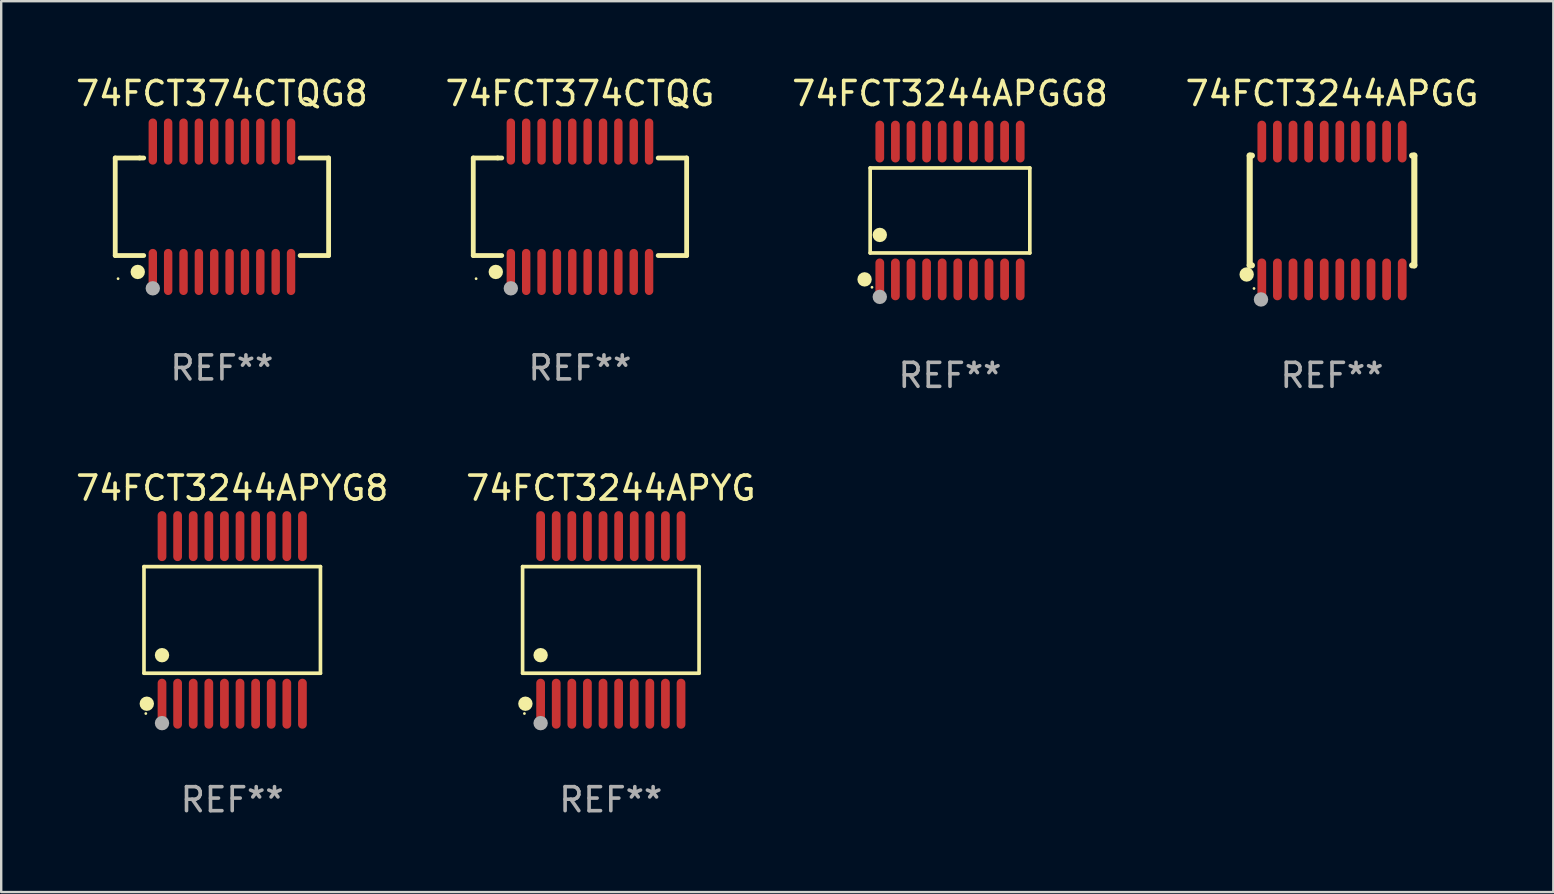
<source format=kicad_pcb>
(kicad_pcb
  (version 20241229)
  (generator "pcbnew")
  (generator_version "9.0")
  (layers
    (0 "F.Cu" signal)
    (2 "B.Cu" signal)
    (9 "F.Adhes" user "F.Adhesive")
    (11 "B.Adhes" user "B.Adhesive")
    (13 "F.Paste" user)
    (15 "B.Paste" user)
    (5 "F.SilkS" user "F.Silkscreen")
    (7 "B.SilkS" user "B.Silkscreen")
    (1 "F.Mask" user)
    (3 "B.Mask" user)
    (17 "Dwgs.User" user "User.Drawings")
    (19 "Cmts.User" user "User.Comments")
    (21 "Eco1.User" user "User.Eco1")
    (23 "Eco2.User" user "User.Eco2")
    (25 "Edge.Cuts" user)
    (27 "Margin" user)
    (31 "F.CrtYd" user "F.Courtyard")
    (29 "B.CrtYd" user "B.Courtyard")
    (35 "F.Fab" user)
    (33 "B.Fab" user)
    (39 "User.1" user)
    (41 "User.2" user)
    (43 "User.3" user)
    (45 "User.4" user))
  (footprint "74FCT374CTQG"
    (layer "F.Cu")
    (at 21.113 5.564)
    (property "Reference" "74FCT374CTQG" (at 0 -4.716 0) (layer "F.SilkS") (effects (font (size 1 1) (thickness 0.15))))
    (attr through_hole)
    (fp_line (start -4.445 -2.032) (end -4.445 2.032) (stroke (width 0.2) (type solid)) (layer "F.SilkS"))
    (fp_line (start -4.445 2.032) (end -3.259 2.032) (stroke (width 0.2) (type solid)) (layer "F.SilkS"))
    (fp_line (start -3.429 -2.032) (end -4.445 -2.032) (stroke (width 0.2) (type solid)) (layer "F.SilkS"))
    (fp_line (start -3.259 -2.032) (end -3.429 -2.032) (stroke (width 0.2) (type solid)) (layer "F.SilkS"))
    (fp_line (start 3.259 2.032) (end 4.445 2.032) (stroke (width 0.2) (type solid)) (layer "F.SilkS"))
    (fp_line (start 4.445 -2.032) (end 3.259 -2.032) (stroke (width 0.2) (type solid)) (layer "F.SilkS"))
    (fp_line (start 4.445 2.032) (end 4.445 -2.032) (stroke (width 0.2) (type solid)) (layer "F.SilkS"))
    (fp_circle (center -4.327 2.997) (end -4.297 2.997) (stroke (width 0.06) (type solid)) (fill no) (layer "F.SilkS"))
    (fp_circle (center -3.507 2.716) (end -3.357 2.716) (stroke (width 0.3) (type solid)) (fill no) (layer "F.SilkS"))
    (fp_circle (center -2.88 3.398) (end -2.73 3.398) (stroke (width 0.3) (type solid)) (fill no) (layer "F.Fab"))
    (fp_text user "REF**" (at 0 6.716 0) (layer "F.Fab") (effects (font (size 1 1) (thickness 0.15))))
    (pad "1" smd oval (at -2.88 2.716) (size 0.35 1.922) (layers "F.Cu" "F.Mask" "F.Paste"))
    (pad "2" smd oval (at -2.24 2.716) (size 0.35 1.922) (layers "F.Cu" "F.Mask" "F.Paste"))
    (pad "3" smd oval (at -1.6 2.716) (size 0.35 1.922) (layers "F.Cu" "F.Mask" "F.Paste"))
    (pad "4" smd oval (at -0.96 2.716) (size 0.35 1.922) (layers "F.Cu" "F.Mask" "F.Paste"))
    (pad "5" smd oval (at -0.32 2.716) (size 0.35 1.922) (layers "F.Cu" "F.Mask" "F.Paste"))
    (pad "6" smd oval (at 0.32 2.716) (size 0.35 1.922) (layers "F.Cu" "F.Mask" "F.Paste"))
    (pad "7" smd oval (at 0.96 2.716) (size 0.35 1.922) (layers "F.Cu" "F.Mask" "F.Paste"))
    (pad "8" smd oval (at 1.6 2.716) (size 0.35 1.922) (layers "F.Cu" "F.Mask" "F.Paste"))
    (pad "9" smd oval (at 2.24 2.716) (size 0.35 1.922) (layers "F.Cu" "F.Mask" "F.Paste"))
    (pad "10" smd oval (at 2.88 2.716) (size 0.35 1.922) (layers "F.Cu" "F.Mask" "F.Paste"))
    (pad "11" smd oval (at 2.88 -2.716) (size 0.35 1.922) (layers "F.Cu" "F.Mask" "F.Paste"))
    (pad "12" smd oval (at 2.24 -2.716) (size 0.35 1.922) (layers "F.Cu" "F.Mask" "F.Paste"))
    (pad "13" smd oval (at 1.6 -2.716) (size 0.35 1.922) (layers "F.Cu" "F.Mask" "F.Paste"))
    (pad "14" smd oval (at 0.96 -2.716) (size 0.35 1.922) (layers "F.Cu" "F.Mask" "F.Paste"))
    (pad "15" smd oval (at 0.32 -2.716) (size 0.35 1.922) (layers "F.Cu" "F.Mask" "F.Paste"))
    (pad "16" smd oval (at -0.32 -2.716) (size 0.35 1.922) (layers "F.Cu" "F.Mask" "F.Paste"))
    (pad "17" smd oval (at -0.96 -2.716) (size 0.35 1.922) (layers "F.Cu" "F.Mask" "F.Paste"))
    (pad "18" smd oval (at -1.6 -2.716) (size 0.35 1.922) (layers "F.Cu" "F.Mask" "F.Paste"))
    (pad "19" smd oval (at -2.24 -2.716) (size 0.35 1.922) (layers "F.Cu" "F.Mask" "F.Paste"))
    (pad "20" smd oval (at -2.88 -2.716) (size 0.35 1.922) (layers "F.Cu" "F.Mask" "F.Paste")))
  (footprint "74FCT3244APYG8"
    (layer "F.Cu")
    (at 6.625 22.778)
    (property "Reference" "74FCT3244APYG8" (at 0 -5.491 0) (layer "F.SilkS") (effects (font (size 1 1) (thickness 0.15))))
    (attr through_hole)
    (fp_line (start -3.676 -2.221) (end 3.676 -2.221) (stroke (width 0.152) (type solid)) (layer "F.SilkS"))
    (fp_line (start -3.676 2.221) (end -3.676 -2.221) (stroke (width 0.152) (type solid)) (layer "F.SilkS"))
    (fp_line (start 3.676 -2.221) (end 3.676 2.221) (stroke (width 0.152) (type solid)) (layer "F.SilkS"))
    (fp_line (start 3.676 2.221) (end -3.676 2.221) (stroke (width 0.152) (type solid)) (layer "F.SilkS"))
    (fp_circle (center -3.6 3.9) (end -3.57 3.9) (stroke (width 0.06) (type solid)) (fill no) (layer "F.SilkS"))
    (fp_circle (center -3.559 3.491) (end -3.409 3.491) (stroke (width 0.3) (type solid)) (fill no) (layer "F.SilkS"))
    (fp_circle (center -2.925 1.469) (end -2.775 1.469) (stroke (width 0.3) (type solid)) (fill no) (layer "F.SilkS"))
    (fp_circle (center -2.925 4.3) (end -2.775 4.3) (stroke (width 0.3) (type solid)) (fill no) (layer "F.Fab"))
    (fp_text user "REF**" (at 0 7.491 0) (layer "F.Fab") (effects (font (size 1 1) (thickness 0.15))))
    (pad "1" smd oval (at -2.925 3.491) (size 0.364 2.082) (layers "F.Cu" "F.Mask" "F.Paste"))
    (pad "2" smd oval (at -2.275 3.491) (size 0.364 2.082) (layers "F.Cu" "F.Mask" "F.Paste"))
    (pad "3" smd oval (at -1.625 3.491) (size 0.364 2.082) (layers "F.Cu" "F.Mask" "F.Paste"))
    (pad "4" smd oval (at -0.975 3.491) (size 0.364 2.082) (layers "F.Cu" "F.Mask" "F.Paste"))
    (pad "5" smd oval (at -0.325 3.491) (size 0.364 2.082) (layers "F.Cu" "F.Mask" "F.Paste"))
    (pad "6" smd oval (at 0.325 3.491) (size 0.364 2.082) (layers "F.Cu" "F.Mask" "F.Paste"))
    (pad "7" smd oval (at 0.975 3.491) (size 0.364 2.082) (layers "F.Cu" "F.Mask" "F.Paste"))
    (pad "8" smd oval (at 1.625 3.491) (size 0.364 2.082) (layers "F.Cu" "F.Mask" "F.Paste"))
    (pad "9" smd oval (at 2.275 3.491) (size 0.364 2.082) (layers "F.Cu" "F.Mask" "F.Paste"))
    (pad "10" smd oval (at 2.925 3.491) (size 0.364 2.082) (layers "F.Cu" "F.Mask" "F.Paste"))
    (pad "11" smd oval (at 2.925 -3.491) (size 0.364 2.082) (layers "F.Cu" "F.Mask" "F.Paste"))
    (pad "12" smd oval (at 2.275 -3.491) (size 0.364 2.082) (layers "F.Cu" "F.Mask" "F.Paste"))
    (pad "13" smd oval (at 1.625 -3.491) (size 0.364 2.082) (layers "F.Cu" "F.Mask" "F.Paste"))
    (pad "14" smd oval (at 0.975 -3.491) (size 0.364 2.082) (layers "F.Cu" "F.Mask" "F.Paste"))
    (pad "15" smd oval (at 0.325 -3.491) (size 0.364 2.082) (layers "F.Cu" "F.Mask" "F.Paste"))
    (pad "16" smd oval (at -0.325 -3.491) (size 0.364 2.082) (layers "F.Cu" "F.Mask" "F.Paste"))
    (pad "17" smd oval (at -0.975 -3.491) (size 0.364 2.082) (layers "F.Cu" "F.Mask" "F.Paste"))
    (pad "18" smd oval (at -1.625 -3.491) (size 0.364 2.082) (layers "F.Cu" "F.Mask" "F.Paste"))
    (pad "19" smd oval (at -2.275 -3.491) (size 0.364 2.082) (layers "F.Cu" "F.Mask" "F.Paste"))
    (pad "20" smd oval (at -2.925 -3.491) (size 0.364 2.082) (layers "F.Cu" "F.Mask" "F.Paste")))
  (footprint "74FCT3244APYG"
    (layer "F.Cu")
    (at 22.399 22.778)
    (property "Reference" "74FCT3244APYG" (at 0 -5.491 0) (layer "F.SilkS") (effects (font (size 1 1) (thickness 0.15))))
    (attr through_hole)
    (fp_line (start -3.676 -2.221) (end 3.676 -2.221) (stroke (width 0.152) (type solid)) (layer "F.SilkS"))
    (fp_line (start -3.676 2.221) (end -3.676 -2.221) (stroke (width 0.152) (type solid)) (layer "F.SilkS"))
    (fp_line (start 3.676 -2.221) (end 3.676 2.221) (stroke (width 0.152) (type solid)) (layer "F.SilkS"))
    (fp_line (start 3.676 2.221) (end -3.676 2.221) (stroke (width 0.152) (type solid)) (layer "F.SilkS"))
    (fp_circle (center -3.6 3.9) (end -3.57 3.9) (stroke (width 0.06) (type solid)) (fill no) (layer "F.SilkS"))
    (fp_circle (center -3.559 3.491) (end -3.409 3.491) (stroke (width 0.3) (type solid)) (fill no) (layer "F.SilkS"))
    (fp_circle (center -2.925 1.469) (end -2.775 1.469) (stroke (width 0.3) (type solid)) (fill no) (layer "F.SilkS"))
    (fp_circle (center -2.925 4.3) (end -2.775 4.3) (stroke (width 0.3) (type solid)) (fill no) (layer "F.Fab"))
    (fp_text user "REF**" (at 0 7.491 0) (layer "F.Fab") (effects (font (size 1 1) (thickness 0.15))))
    (pad "1" smd oval (at -2.925 3.491) (size 0.364 2.082) (layers "F.Cu" "F.Mask" "F.Paste"))
    (pad "2" smd oval (at -2.275 3.491) (size 0.364 2.082) (layers "F.Cu" "F.Mask" "F.Paste"))
    (pad "3" smd oval (at -1.625 3.491) (size 0.364 2.082) (layers "F.Cu" "F.Mask" "F.Paste"))
    (pad "4" smd oval (at -0.975 3.491) (size 0.364 2.082) (layers "F.Cu" "F.Mask" "F.Paste"))
    (pad "5" smd oval (at -0.325 3.491) (size 0.364 2.082) (layers "F.Cu" "F.Mask" "F.Paste"))
    (pad "6" smd oval (at 0.325 3.491) (size 0.364 2.082) (layers "F.Cu" "F.Mask" "F.Paste"))
    (pad "7" smd oval (at 0.975 3.491) (size 0.364 2.082) (layers "F.Cu" "F.Mask" "F.Paste"))
    (pad "8" smd oval (at 1.625 3.491) (size 0.364 2.082) (layers "F.Cu" "F.Mask" "F.Paste"))
    (pad "9" smd oval (at 2.275 3.491) (size 0.364 2.082) (layers "F.Cu" "F.Mask" "F.Paste"))
    (pad "10" smd oval (at 2.925 3.491) (size 0.364 2.082) (layers "F.Cu" "F.Mask" "F.Paste"))
    (pad "11" smd oval (at 2.925 -3.491) (size 0.364 2.082) (layers "F.Cu" "F.Mask" "F.Paste"))
    (pad "12" smd oval (at 2.275 -3.491) (size 0.364 2.082) (layers "F.Cu" "F.Mask" "F.Paste"))
    (pad "13" smd oval (at 1.625 -3.491) (size 0.364 2.082) (layers "F.Cu" "F.Mask" "F.Paste"))
    (pad "14" smd oval (at 0.975 -3.491) (size 0.364 2.082) (layers "F.Cu" "F.Mask" "F.Paste"))
    (pad "15" smd oval (at 0.325 -3.491) (size 0.364 2.082) (layers "F.Cu" "F.Mask" "F.Paste"))
    (pad "16" smd oval (at -0.325 -3.491) (size 0.364 2.082) (layers "F.Cu" "F.Mask" "F.Paste"))
    (pad "17" smd oval (at -0.975 -3.491) (size 0.364 2.082) (layers "F.Cu" "F.Mask" "F.Paste"))
    (pad "18" smd oval (at -1.625 -3.491) (size 0.364 2.082) (layers "F.Cu" "F.Mask" "F.Paste"))
    (pad "19" smd oval (at -2.275 -3.491) (size 0.364 2.082) (layers "F.Cu" "F.Mask" "F.Paste"))
    (pad "20" smd oval (at -2.925 -3.491) (size 0.364 2.082) (layers "F.Cu" "F.Mask" "F.Paste")))
  (footprint "74FCT3244APGG8"
    (layer "F.Cu")
    (at 36.53 5.719)
    (property "Reference" "74FCT3244APGG8" (at 0 -4.871 0) (layer "F.SilkS") (effects (font (size 1 1) (thickness 0.15))))
    (attr through_hole)
    (fp_line (start -3.326 -1.771) (end 3.326 -1.771) (stroke (width 0.152) (type solid)) (layer "F.SilkS"))
    (fp_line (start -3.326 1.771) (end -3.326 -1.771) (stroke (width 0.152) (type solid)) (layer "F.SilkS"))
    (fp_line (start 3.326 -1.771) (end 3.326 1.771) (stroke (width 0.152) (type solid)) (layer "F.SilkS"))
    (fp_line (start 3.326 1.771) (end -3.326 1.771) (stroke (width 0.152) (type solid)) (layer "F.SilkS"))
    (fp_circle (center -3.559 2.871) (end -3.409 2.871) (stroke (width 0.3) (type solid)) (fill no) (layer "F.SilkS"))
    (fp_circle (center -3.25 3.2) (end -3.22 3.2) (stroke (width 0.06) (type solid)) (fill no) (layer "F.SilkS"))
    (fp_circle (center -2.925 1.019) (end -2.775 1.019) (stroke (width 0.3) (type solid)) (fill no) (layer "F.SilkS"))
    (fp_circle (center -2.925 3.6) (end -2.775 3.6) (stroke (width 0.3) (type solid)) (fill no) (layer "F.Fab"))
    (fp_text user "REF**" (at 0 6.871 0) (layer "F.Fab") (effects (font (size 1 1) (thickness 0.15))))
    (pad "1" smd oval (at -2.925 2.871) (size 0.364 1.742) (layers "F.Cu" "F.Mask" "F.Paste"))
    (pad "2" smd oval (at -2.275 2.871) (size 0.364 1.742) (layers "F.Cu" "F.Mask" "F.Paste"))
    (pad "3" smd oval (at -1.625 2.871) (size 0.364 1.742) (layers "F.Cu" "F.Mask" "F.Paste"))
    (pad "4" smd oval (at -0.975 2.871) (size 0.364 1.742) (layers "F.Cu" "F.Mask" "F.Paste"))
    (pad "5" smd oval (at -0.325 2.871) (size 0.364 1.742) (layers "F.Cu" "F.Mask" "F.Paste"))
    (pad "6" smd oval (at 0.325 2.871) (size 0.364 1.742) (layers "F.Cu" "F.Mask" "F.Paste"))
    (pad "7" smd oval (at 0.975 2.871) (size 0.364 1.742) (layers "F.Cu" "F.Mask" "F.Paste"))
    (pad "8" smd oval (at 1.625 2.871) (size 0.364 1.742) (layers "F.Cu" "F.Mask" "F.Paste"))
    (pad "9" smd oval (at 2.275 2.871) (size 0.364 1.742) (layers "F.Cu" "F.Mask" "F.Paste"))
    (pad "10" smd oval (at 2.925 2.871) (size 0.364 1.742) (layers "F.Cu" "F.Mask" "F.Paste"))
    (pad "11" smd oval (at 2.925 -2.871) (size 0.364 1.742) (layers "F.Cu" "F.Mask" "F.Paste"))
    (pad "12" smd oval (at 2.275 -2.871) (size 0.364 1.742) (layers "F.Cu" "F.Mask" "F.Paste"))
    (pad "13" smd oval (at 1.625 -2.871) (size 0.364 1.742) (layers "F.Cu" "F.Mask" "F.Paste"))
    (pad "14" smd oval (at 0.975 -2.871) (size 0.364 1.742) (layers "F.Cu" "F.Mask" "F.Paste"))
    (pad "15" smd oval (at 0.325 -2.871) (size 0.364 1.742) (layers "F.Cu" "F.Mask" "F.Paste"))
    (pad "16" smd oval (at -0.325 -2.871) (size 0.364 1.742) (layers "F.Cu" "F.Mask" "F.Paste"))
    (pad "17" smd oval (at -0.975 -2.871) (size 0.364 1.742) (layers "F.Cu" "F.Mask" "F.Paste"))
    (pad "18" smd oval (at -1.625 -2.871) (size 0.364 1.742) (layers "F.Cu" "F.Mask" "F.Paste"))
    (pad "19" smd oval (at -2.275 -2.871) (size 0.364 1.742) (layers "F.Cu" "F.Mask" "F.Paste"))
    (pad "20" smd oval (at -2.925 -2.871) (size 0.364 1.742) (layers "F.Cu" "F.Mask" "F.Paste")))
  (footprint "74FCT374CTQG8"
    (layer "F.Cu")
    (at 6.196 5.564)
    (property "Reference" "74FCT374CTQG8" (at 0 -4.716 0) (layer "F.SilkS") (effects (font (size 1 1) (thickness 0.15))))
    (attr through_hole)
    (fp_line (start -4.445 -2.032) (end -4.445 2.032) (stroke (width 0.2) (type solid)) (layer "F.SilkS"))
    (fp_line (start -4.445 2.032) (end -3.259 2.032) (stroke (width 0.2) (type solid)) (layer "F.SilkS"))
    (fp_line (start -3.429 -2.032) (end -4.445 -2.032) (stroke (width 0.2) (type solid)) (layer "F.SilkS"))
    (fp_line (start -3.259 -2.032) (end -3.429 -2.032) (stroke (width 0.2) (type solid)) (layer "F.SilkS"))
    (fp_line (start 3.259 2.032) (end 4.445 2.032) (stroke (width 0.2) (type solid)) (layer "F.SilkS"))
    (fp_line (start 4.445 -2.032) (end 3.259 -2.032) (stroke (width 0.2) (type solid)) (layer "F.SilkS"))
    (fp_line (start 4.445 2.032) (end 4.445 -2.032) (stroke (width 0.2) (type solid)) (layer "F.SilkS"))
    (fp_circle (center -4.327 2.997) (end -4.297 2.997) (stroke (width 0.06) (type solid)) (fill no) (layer "F.SilkS"))
    (fp_circle (center -3.507 2.716) (end -3.357 2.716) (stroke (width 0.3) (type solid)) (fill no) (layer "F.SilkS"))
    (fp_circle (center -2.88 3.398) (end -2.73 3.398) (stroke (width 0.3) (type solid)) (fill no) (layer "F.Fab"))
    (fp_text user "REF**" (at 0 6.716 0) (layer "F.Fab") (effects (font (size 1 1) (thickness 0.15))))
    (pad "1" smd oval (at -2.88 2.716) (size 0.35 1.922) (layers "F.Cu" "F.Mask" "F.Paste"))
    (pad "2" smd oval (at -2.24 2.716) (size 0.35 1.922) (layers "F.Cu" "F.Mask" "F.Paste"))
    (pad "3" smd oval (at -1.6 2.716) (size 0.35 1.922) (layers "F.Cu" "F.Mask" "F.Paste"))
    (pad "4" smd oval (at -0.96 2.716) (size 0.35 1.922) (layers "F.Cu" "F.Mask" "F.Paste"))
    (pad "5" smd oval (at -0.32 2.716) (size 0.35 1.922) (layers "F.Cu" "F.Mask" "F.Paste"))
    (pad "6" smd oval (at 0.32 2.716) (size 0.35 1.922) (layers "F.Cu" "F.Mask" "F.Paste"))
    (pad "7" smd oval (at 0.96 2.716) (size 0.35 1.922) (layers "F.Cu" "F.Mask" "F.Paste"))
    (pad "8" smd oval (at 1.6 2.716) (size 0.35 1.922) (layers "F.Cu" "F.Mask" "F.Paste"))
    (pad "9" smd oval (at 2.24 2.716) (size 0.35 1.922) (layers "F.Cu" "F.Mask" "F.Paste"))
    (pad "10" smd oval (at 2.88 2.716) (size 0.35 1.922) (layers "F.Cu" "F.Mask" "F.Paste"))
    (pad "11" smd oval (at 2.88 -2.716) (size 0.35 1.922) (layers "F.Cu" "F.Mask" "F.Paste"))
    (pad "12" smd oval (at 2.24 -2.716) (size 0.35 1.922) (layers "F.Cu" "F.Mask" "F.Paste"))
    (pad "13" smd oval (at 1.6 -2.716) (size 0.35 1.922) (layers "F.Cu" "F.Mask" "F.Paste"))
    (pad "14" smd oval (at 0.96 -2.716) (size 0.35 1.922) (layers "F.Cu" "F.Mask" "F.Paste"))
    (pad "15" smd oval (at 0.32 -2.716) (size 0.35 1.922) (layers "F.Cu" "F.Mask" "F.Paste"))
    (pad "16" smd oval (at -0.32 -2.716) (size 0.35 1.922) (layers "F.Cu" "F.Mask" "F.Paste"))
    (pad "17" smd oval (at -0.96 -2.716) (size 0.35 1.922) (layers "F.Cu" "F.Mask" "F.Paste"))
    (pad "18" smd oval (at -1.6 -2.716) (size 0.35 1.922) (layers "F.Cu" "F.Mask" "F.Paste"))
    (pad "19" smd oval (at -2.24 -2.716) (size 0.35 1.922) (layers "F.Cu" "F.Mask" "F.Paste"))
    (pad "20" smd oval (at -2.88 -2.716) (size 0.35 1.922) (layers "F.Cu" "F.Mask" "F.Paste")))
  (footprint "74FCT3244APGG"
    (layer "F.Cu")
    (at 52.446 5.719)
    (property "Reference" "74FCT3244APGG" (at 0 -4.871 0) (layer "F.SilkS") (effects (font (size 1 1) (thickness 0.15))))
    (attr through_hole)
    (fp_line (start -3.429 -2.286) (end -3.429 2.286) (stroke (width 0.254) (type solid)) (layer "F.SilkS"))
    (fp_line (start -3.429 2.286) (end -3.338 2.286) (stroke (width 0.254) (type solid)) (layer "F.SilkS"))
    (fp_line (start -3.338 -2.286) (end -3.429 -2.286) (stroke (width 0.254) (type solid)) (layer "F.SilkS"))
    (fp_line (start 3.338 -2.286) (end 3.429 -2.286) (stroke (width 0.254) (type solid)) (layer "F.SilkS"))
    (fp_line (start 3.429 -2.286) (end 3.429 2.286) (stroke (width 0.254) (type solid)) (layer "F.SilkS"))
    (fp_line (start 3.429 2.286) (end 3.338 2.286) (stroke (width 0.254) (type solid)) (layer "F.SilkS"))
    (fp_circle (center -3.556 2.667) (end -3.406 2.667) (stroke (width 0.3) (type solid)) (fill no) (layer "F.SilkS"))
    (fp_circle (center -3.25 3.25) (end -3.22 3.25) (stroke (width 0.06) (type solid)) (fill no) (layer "F.SilkS"))
    (fp_circle (center -2.959 3.707) (end -2.808 3.707) (stroke (width 0.3) (type solid)) (fill no) (layer "F.Fab"))
    (fp_text user "REF**" (at 0 6.871 0) (layer "F.Fab") (effects (font (size 1 1) (thickness 0.15))))
    (pad "1" smd oval (at -2.925 2.871) (size 0.364 1.742) (layers "F.Cu" "F.Mask" "F.Paste"))
    (pad "2" smd oval (at -2.275 2.871) (size 0.364 1.742) (layers "F.Cu" "F.Mask" "F.Paste"))
    (pad "3" smd oval (at -1.625 2.871) (size 0.364 1.742) (layers "F.Cu" "F.Mask" "F.Paste"))
    (pad "4" smd oval (at -0.975 2.871) (size 0.364 1.742) (layers "F.Cu" "F.Mask" "F.Paste"))
    (pad "5" smd oval (at -0.325 2.871) (size 0.364 1.742) (layers "F.Cu" "F.Mask" "F.Paste"))
    (pad "6" smd oval (at 0.325 2.871) (size 0.364 1.742) (layers "F.Cu" "F.Mask" "F.Paste"))
    (pad "7" smd oval (at 0.975 2.871) (size 0.364 1.742) (layers "F.Cu" "F.Mask" "F.Paste"))
    (pad "8" smd oval (at 1.625 2.871) (size 0.364 1.742) (layers "F.Cu" "F.Mask" "F.Paste"))
    (pad "9" smd oval (at 2.275 2.871) (size 0.364 1.742) (layers "F.Cu" "F.Mask" "F.Paste"))
    (pad "10" smd oval (at 2.925 2.871) (size 0.364 1.742) (layers "F.Cu" "F.Mask" "F.Paste"))
    (pad "11" smd oval (at 2.925 -2.871) (size 0.364 1.742) (layers "F.Cu" "F.Mask" "F.Paste"))
    (pad "12" smd oval (at 2.275 -2.871) (size 0.364 1.742) (layers "F.Cu" "F.Mask" "F.Paste"))
    (pad "13" smd oval (at 1.625 -2.871) (size 0.364 1.742) (layers "F.Cu" "F.Mask" "F.Paste"))
    (pad "14" smd oval (at 0.975 -2.871) (size 0.364 1.742) (layers "F.Cu" "F.Mask" "F.Paste"))
    (pad "15" smd oval (at 0.325 -2.871) (size 0.364 1.742) (layers "F.Cu" "F.Mask" "F.Paste"))
    (pad "16" smd oval (at -0.325 -2.871) (size 0.364 1.742) (layers "F.Cu" "F.Mask" "F.Paste"))
    (pad "17" smd oval (at -0.975 -2.871) (size 0.364 1.742) (layers "F.Cu" "F.Mask" "F.Paste"))
    (pad "18" smd oval (at -1.625 -2.871) (size 0.364 1.742) (layers "F.Cu" "F.Mask" "F.Paste"))
    (pad "19" smd oval (at -2.275 -2.871) (size 0.364 1.742) (layers "F.Cu" "F.Mask" "F.Paste"))
    (pad "20" smd oval (at -2.925 -2.871) (size 0.364 1.742) (layers "F.Cu" "F.Mask" "F.Paste")))
  (gr_rect
    (start -3 -3)
    (end 61.667 34.117)
    (stroke (width 0.1) (type default))
    (fill no)
    (layer "Edge.Cuts")))
</source>
